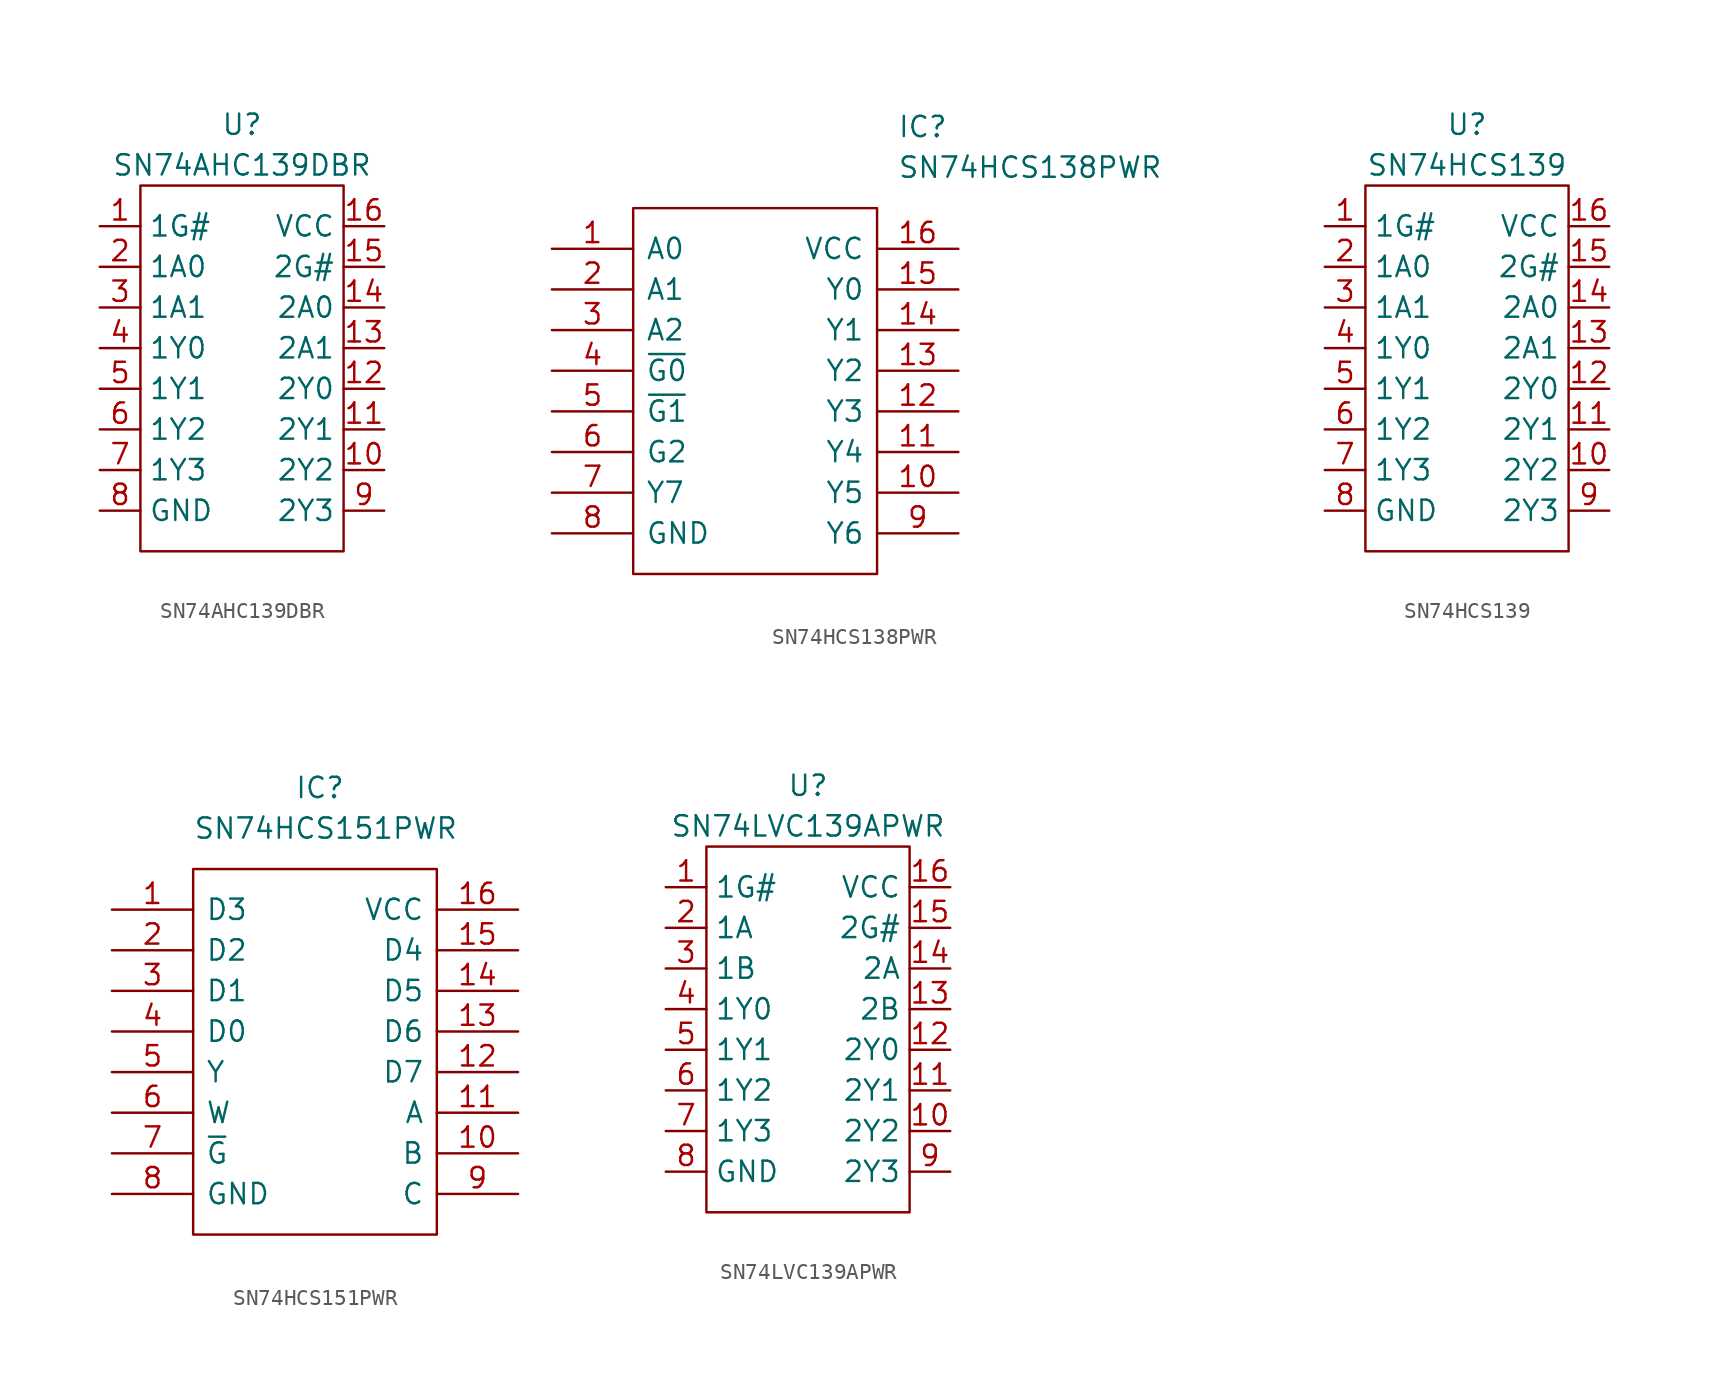
<source format=kicad_sym>
(kicad_symbol_lib
  (version 20220914)
  (generator kicad_symbol_editor)
  (symbol "SN74AHC139DBR"
    (property "Reference" "U"
      (at 0 2.54 0)
      (effects (font (size 1.27 1.27))))
    (property "Value" "SN74AHC139DBR"
      (at 0 0 0)
      (effects (font (size 1.27 1.27))))
    (symbol "SN74AHC139DBR_0_1"
      (rectangle (start -6.35 -1.27) (end 6.35 -24.13) (stroke (width 0) (type default)) (fill (type none))))
    (symbol "SN74AHC139DBR_1_1"
      (pin input line (at -8.89 -3.81 0) (length 2.54) (name "1G#" (effects (font (size 1.27 1.27)))) (number "1" (effects (font (size 1.27 1.27)))))
      (pin output line (at 8.89 -19.05 180) (length 2.54) (name "2Y2" (effects (font (size 1.27 1.27)))) (number "10" (effects (font (size 1.27 1.27)))))
      (pin output line (at 8.89 -16.51 180) (length 2.54) (name "2Y1" (effects (font (size 1.27 1.27)))) (number "11" (effects (font (size 1.27 1.27)))))
      (pin output line (at 8.89 -13.97 180) (length 2.54) (name "2Y0" (effects (font (size 1.27 1.27)))) (number "12" (effects (font (size 1.27 1.27)))))
      (pin input line (at 8.89 -11.43 180) (length 2.54) (name "2A1" (effects (font (size 1.27 1.27)))) (number "13" (effects (font (size 1.27 1.27)))))
      (pin input line (at 8.89 -8.89 180) (length 2.54) (name "2A0" (effects (font (size 1.27 1.27)))) (number "14" (effects (font (size 1.27 1.27)))))
      (pin input line (at 8.89 -6.35 180) (length 2.54) (name "2G#" (effects (font (size 1.27 1.27)))) (number "15" (effects (font (size 1.27 1.27)))))
      (pin power_in line (at 8.89 -3.81 180) (length 2.54) (name "VCC" (effects (font (size 1.27 1.27)))) (number "16" (effects (font (size 1.27 1.27)))))
      (pin input line (at -8.89 -6.35 0) (length 2.54) (name "1A0" (effects (font (size 1.27 1.27)))) (number "2" (effects (font (size 1.27 1.27)))))
      (pin input line (at -8.89 -8.89 0) (length 2.54) (name "1A1" (effects (font (size 1.27 1.27)))) (number "3" (effects (font (size 1.27 1.27)))))
      (pin output line (at -8.89 -11.43 0) (length 2.54) (name "1Y0" (effects (font (size 1.27 1.27)))) (number "4" (effects (font (size 1.27 1.27)))))
      (pin output line (at -8.89 -13.97 0) (length 2.54) (name "1Y1" (effects (font (size 1.27 1.27)))) (number "5" (effects (font (size 1.27 1.27)))))
      (pin output line (at -8.89 -16.51 0) (length 2.54) (name "1Y2" (effects (font (size 1.27 1.27)))) (number "6" (effects (font (size 1.27 1.27)))))
      (pin output line (at -8.89 -19.05 0) (length 2.54) (name "1Y3" (effects (font (size 1.27 1.27)))) (number "7" (effects (font (size 1.27 1.27)))))
      (pin power_in line (at -8.89 -21.59 0) (length 2.54) (name "GND" (effects (font (size 1.27 1.27)))) (number "8" (effects (font (size 1.27 1.27)))))
      (pin output line (at 8.89 -21.59 180) (length 2.54) (name "2Y3" (effects (font (size 1.27 1.27)))) (number "9" (effects (font (size 1.27 1.27)))))))
  (symbol "SN74HCS138PWR"
    (pin_names
      (offset 0.762))
    (property "Reference" "IC"
      (at 21.59 7.62 0)
      (effects (font (size 1.27 1.27)) (justify left)))
    (property "Value" "SN74HCS138PWR"
      (at 21.59 5.08 0)
      (effects (font (size 1.27 1.27)) (justify left)))
    (symbol "SN74HCS138PWR_0_0"
      (pin passive line (at 0 0 0) (length 5.08) (name "A0" (effects (font (size 1.27 1.27)))) (number "1" (effects (font (size 1.27 1.27)))))
      (pin passive line (at 25.4 -15.24 180) (length 5.08) (name "Y5" (effects (font (size 1.27 1.27)))) (number "10" (effects (font (size 1.27 1.27)))))
      (pin passive line (at 25.4 -12.7 180) (length 5.08) (name "Y4" (effects (font (size 1.27 1.27)))) (number "11" (effects (font (size 1.27 1.27)))))
      (pin passive line (at 25.4 -10.16 180) (length 5.08) (name "Y3" (effects (font (size 1.27 1.27)))) (number "12" (effects (font (size 1.27 1.27)))))
      (pin passive line (at 25.4 -7.62 180) (length 5.08) (name "Y2" (effects (font (size 1.27 1.27)))) (number "13" (effects (font (size 1.27 1.27)))))
      (pin passive line (at 25.4 -5.08 180) (length 5.08) (name "Y1" (effects (font (size 1.27 1.27)))) (number "14" (effects (font (size 1.27 1.27)))))
      (pin passive line (at 25.4 -2.54 180) (length 5.08) (name "Y0" (effects (font (size 1.27 1.27)))) (number "15" (effects (font (size 1.27 1.27)))))
      (pin passive line (at 25.4 0 180) (length 5.08) (name "VCC" (effects (font (size 1.27 1.27)))) (number "16" (effects (font (size 1.27 1.27)))))
      (pin passive line (at 0 -2.54 0) (length 5.08) (name "A1" (effects (font (size 1.27 1.27)))) (number "2" (effects (font (size 1.27 1.27)))))
      (pin passive line (at 0 -5.08 0) (length 5.08) (name "A2" (effects (font (size 1.27 1.27)))) (number "3" (effects (font (size 1.27 1.27)))))
      (pin passive line (at 0 -7.62 0) (length 5.08) (name "~{G0}" (effects (font (size 1.27 1.27)))) (number "4" (effects (font (size 1.27 1.27)))))
      (pin passive line (at 0 -10.16 0) (length 5.08) (name "~{G1}" (effects (font (size 1.27 1.27)))) (number "5" (effects (font (size 1.27 1.27)))))
      (pin passive line (at 0 -12.7 0) (length 5.08) (name "G2" (effects (font (size 1.27 1.27)))) (number "6" (effects (font (size 1.27 1.27)))))
      (pin passive line (at 0 -15.24 0) (length 5.08) (name "Y7" (effects (font (size 1.27 1.27)))) (number "7" (effects (font (size 1.27 1.27)))))
      (pin passive line (at 0 -17.78 0) (length 5.08) (name "GND" (effects (font (size 1.27 1.27)))) (number "8" (effects (font (size 1.27 1.27)))))
      (pin passive line (at 25.4 -17.78 180) (length 5.08) (name "Y6" (effects (font (size 1.27 1.27)))) (number "9" (effects (font (size 1.27 1.27))))))
    (symbol "SN74HCS138PWR_0_1"
      (polyline (pts (xy 5.08 2.54) (xy 20.32 2.54) (xy 20.32 -20.32) (xy 5.08 -20.32) (xy 5.08 2.54)) (stroke (width 0.152) (type solid)) (fill (type none)))))
  (symbol "SN74HCS139"
    (property "Reference" "U"
      (at 0 2.54 0)
      (effects (font (size 1.27 1.27))))
    (property "Value" "SN74HCS139"
      (at 0 0 0)
      (effects (font (size 1.27 1.27))))
    (symbol "SN74HCS139_0_1"
      (rectangle (start -6.35 -1.27) (end 6.35 -24.13) (stroke (width 0) (type default)) (fill (type none))))
    (symbol "SN74HCS139_1_1"
      (pin input line (at -8.89 -3.81 0) (length 2.54) (name "1G#" (effects (font (size 1.27 1.27)))) (number "1" (effects (font (size 1.27 1.27)))))
      (pin output line (at 8.89 -19.05 180) (length 2.54) (name "2Y2" (effects (font (size 1.27 1.27)))) (number "10" (effects (font (size 1.27 1.27)))))
      (pin output line (at 8.89 -16.51 180) (length 2.54) (name "2Y1" (effects (font (size 1.27 1.27)))) (number "11" (effects (font (size 1.27 1.27)))))
      (pin output line (at 8.89 -13.97 180) (length 2.54) (name "2Y0" (effects (font (size 1.27 1.27)))) (number "12" (effects (font (size 1.27 1.27)))))
      (pin input line (at 8.89 -11.43 180) (length 2.54) (name "2A1" (effects (font (size 1.27 1.27)))) (number "13" (effects (font (size 1.27 1.27)))))
      (pin input line (at 8.89 -8.89 180) (length 2.54) (name "2A0" (effects (font (size 1.27 1.27)))) (number "14" (effects (font (size 1.27 1.27)))))
      (pin input line (at 8.89 -6.35 180) (length 2.54) (name "2G#" (effects (font (size 1.27 1.27)))) (number "15" (effects (font (size 1.27 1.27)))))
      (pin power_in line (at 8.89 -3.81 180) (length 2.54) (name "VCC" (effects (font (size 1.27 1.27)))) (number "16" (effects (font (size 1.27 1.27)))))
      (pin input line (at -8.89 -6.35 0) (length 2.54) (name "1A0" (effects (font (size 1.27 1.27)))) (number "2" (effects (font (size 1.27 1.27)))))
      (pin input line (at -8.89 -8.89 0) (length 2.54) (name "1A1" (effects (font (size 1.27 1.27)))) (number "3" (effects (font (size 1.27 1.27)))))
      (pin output line (at -8.89 -11.43 0) (length 2.54) (name "1Y0" (effects (font (size 1.27 1.27)))) (number "4" (effects (font (size 1.27 1.27)))))
      (pin output line (at -8.89 -13.97 0) (length 2.54) (name "1Y1" (effects (font (size 1.27 1.27)))) (number "5" (effects (font (size 1.27 1.27)))))
      (pin output line (at -8.89 -16.51 0) (length 2.54) (name "1Y2" (effects (font (size 1.27 1.27)))) (number "6" (effects (font (size 1.27 1.27)))))
      (pin output line (at -8.89 -19.05 0) (length 2.54) (name "1Y3" (effects (font (size 1.27 1.27)))) (number "7" (effects (font (size 1.27 1.27)))))
      (pin power_in line (at -8.89 -21.59 0) (length 2.54) (name "GND" (effects (font (size 1.27 1.27)))) (number "8" (effects (font (size 1.27 1.27)))))
      (pin output line (at 8.89 -21.59 180) (length 2.54) (name "2Y3" (effects (font (size 1.27 1.27)))) (number "9" (effects (font (size 1.27 1.27)))))))
  (symbol "SN74HCS151PWR"
    (pin_names
      (offset 0.762))
    (property "Reference" "IC"
      (at 11.43 7.62 0)
      (effects (font (size 1.27 1.27)) (justify left)))
    (property "Value" "SN74HCS151PWR"
      (at 5.08 5.08 0)
      (effects (font (size 1.27 1.27)) (justify left)))
    (symbol "SN74HCS151PWR_0_0"
      (pin passive line (at 0 0 0) (length 5.08) (name "D3" (effects (font (size 1.27 1.27)))) (number "1" (effects (font (size 1.27 1.27)))))
      (pin passive line (at 25.4 -15.24 180) (length 5.08) (name "B" (effects (font (size 1.27 1.27)))) (number "10" (effects (font (size 1.27 1.27)))))
      (pin passive line (at 25.4 -12.7 180) (length 5.08) (name "A" (effects (font (size 1.27 1.27)))) (number "11" (effects (font (size 1.27 1.27)))))
      (pin passive line (at 25.4 -10.16 180) (length 5.08) (name "D7" (effects (font (size 1.27 1.27)))) (number "12" (effects (font (size 1.27 1.27)))))
      (pin passive line (at 25.4 -7.62 180) (length 5.08) (name "D6" (effects (font (size 1.27 1.27)))) (number "13" (effects (font (size 1.27 1.27)))))
      (pin passive line (at 25.4 -5.08 180) (length 5.08) (name "D5" (effects (font (size 1.27 1.27)))) (number "14" (effects (font (size 1.27 1.27)))))
      (pin passive line (at 25.4 -2.54 180) (length 5.08) (name "D4" (effects (font (size 1.27 1.27)))) (number "15" (effects (font (size 1.27 1.27)))))
      (pin passive line (at 25.4 0 180) (length 5.08) (name "VCC" (effects (font (size 1.27 1.27)))) (number "16" (effects (font (size 1.27 1.27)))))
      (pin passive line (at 0 -2.54 0) (length 5.08) (name "D2" (effects (font (size 1.27 1.27)))) (number "2" (effects (font (size 1.27 1.27)))))
      (pin passive line (at 0 -5.08 0) (length 5.08) (name "D1" (effects (font (size 1.27 1.27)))) (number "3" (effects (font (size 1.27 1.27)))))
      (pin passive line (at 0 -7.62 0) (length 5.08) (name "D0" (effects (font (size 1.27 1.27)))) (number "4" (effects (font (size 1.27 1.27)))))
      (pin passive line (at 0 -10.16 0) (length 5.08) (name "Y" (effects (font (size 1.27 1.27)))) (number "5" (effects (font (size 1.27 1.27)))))
      (pin passive line (at 0 -12.7 0) (length 5.08) (name "W" (effects (font (size 1.27 1.27)))) (number "6" (effects (font (size 1.27 1.27)))))
      (pin passive line (at 0 -15.24 0) (length 5.08) (name "~{G}" (effects (font (size 1.27 1.27)))) (number "7" (effects (font (size 1.27 1.27)))))
      (pin passive line (at 0 -17.78 0) (length 5.08) (name "GND" (effects (font (size 1.27 1.27)))) (number "8" (effects (font (size 1.27 1.27)))))
      (pin passive line (at 25.4 -17.78 180) (length 5.08) (name "C" (effects (font (size 1.27 1.27)))) (number "9" (effects (font (size 1.27 1.27))))))
    (symbol "SN74HCS151PWR_0_1"
      (polyline (pts (xy 5.08 2.54) (xy 20.32 2.54) (xy 20.32 -20.32) (xy 5.08 -20.32) (xy 5.08 2.54)) (stroke (width 0.152) (type solid)) (fill (type none)))))
  (symbol "SN74LVC139APWR"
    (property "Reference" "U"
      (at 0 2.54 0)
      (effects (font (size 1.27 1.27))))
    (property "Value" "SN74LVC139APWR"
      (at 0 0 0)
      (effects (font (size 1.27 1.27))))
    (symbol "SN74LVC139APWR_0_1"
      (rectangle (start -6.35 -1.27) (end 6.35 -24.13) (stroke (width 0) (type default)) (fill (type none))))
    (symbol "SN74LVC139APWR_1_1"
      (pin input line (at -8.89 -3.81 0) (length 2.54) (name "1G#" (effects (font (size 1.27 1.27)))) (number "1" (effects (font (size 1.27 1.27)))))
      (pin output line (at 8.89 -19.05 180) (length 2.54) (name "2Y2" (effects (font (size 1.27 1.27)))) (number "10" (effects (font (size 1.27 1.27)))))
      (pin output line (at 8.89 -16.51 180) (length 2.54) (name "2Y1" (effects (font (size 1.27 1.27)))) (number "11" (effects (font (size 1.27 1.27)))))
      (pin output line (at 8.89 -13.97 180) (length 2.54) (name "2Y0" (effects (font (size 1.27 1.27)))) (number "12" (effects (font (size 1.27 1.27)))))
      (pin input line (at 8.89 -11.43 180) (length 2.54) (name "2B" (effects (font (size 1.27 1.27)))) (number "13" (effects (font (size 1.27 1.27)))))
      (pin input line (at 8.89 -8.89 180) (length 2.54) (name "2A" (effects (font (size 1.27 1.27)))) (number "14" (effects (font (size 1.27 1.27)))))
      (pin input line (at 8.89 -6.35 180) (length 2.54) (name "2G#" (effects (font (size 1.27 1.27)))) (number "15" (effects (font (size 1.27 1.27)))))
      (pin power_in line (at 8.89 -3.81 180) (length 2.54) (name "VCC" (effects (font (size 1.27 1.27)))) (number "16" (effects (font (size 1.27 1.27)))))
      (pin input line (at -8.89 -6.35 0) (length 2.54) (name "1A" (effects (font (size 1.27 1.27)))) (number "2" (effects (font (size 1.27 1.27)))))
      (pin input line (at -8.89 -8.89 0) (length 2.54) (name "1B" (effects (font (size 1.27 1.27)))) (number "3" (effects (font (size 1.27 1.27)))))
      (pin output line (at -8.89 -11.43 0) (length 2.54) (name "1Y0" (effects (font (size 1.27 1.27)))) (number "4" (effects (font (size 1.27 1.27)))))
      (pin output line (at -8.89 -13.97 0) (length 2.54) (name "1Y1" (effects (font (size 1.27 1.27)))) (number "5" (effects (font (size 1.27 1.27)))))
      (pin output line (at -8.89 -16.51 0) (length 2.54) (name "1Y2" (effects (font (size 1.27 1.27)))) (number "6" (effects (font (size 1.27 1.27)))))
      (pin output line (at -8.89 -19.05 0) (length 2.54) (name "1Y3" (effects (font (size 1.27 1.27)))) (number "7" (effects (font (size 1.27 1.27)))))
      (pin power_in line (at -8.89 -21.59 0) (length 2.54) (name "GND" (effects (font (size 1.27 1.27)))) (number "8" (effects (font (size 1.27 1.27)))))
      (pin output line (at 8.89 -21.59 180) (length 2.54) (name "2Y3" (effects (font (size 1.27 1.27)))) (number "9" (effects (font (size 1.27 1.27))))))))
</source>
